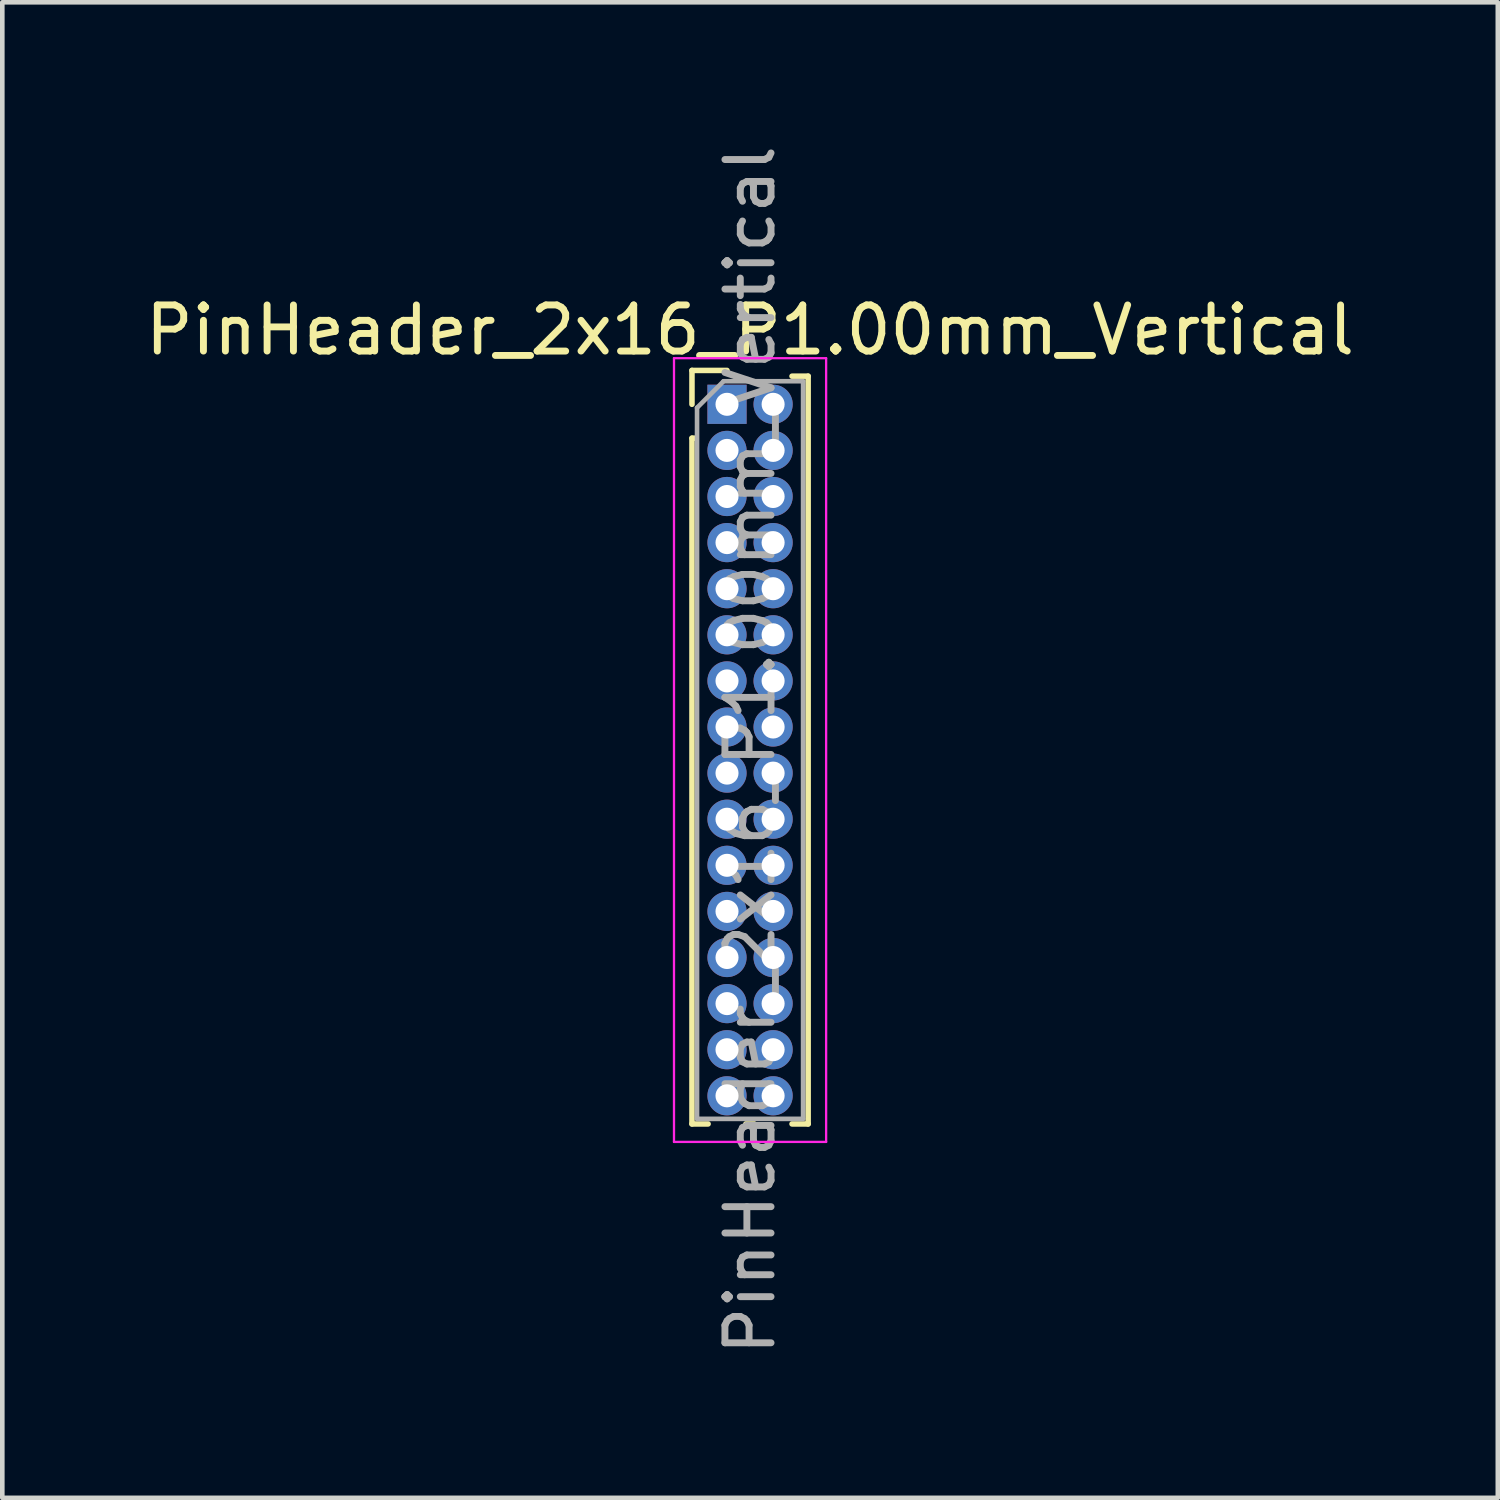
<source format=kicad_pcb>
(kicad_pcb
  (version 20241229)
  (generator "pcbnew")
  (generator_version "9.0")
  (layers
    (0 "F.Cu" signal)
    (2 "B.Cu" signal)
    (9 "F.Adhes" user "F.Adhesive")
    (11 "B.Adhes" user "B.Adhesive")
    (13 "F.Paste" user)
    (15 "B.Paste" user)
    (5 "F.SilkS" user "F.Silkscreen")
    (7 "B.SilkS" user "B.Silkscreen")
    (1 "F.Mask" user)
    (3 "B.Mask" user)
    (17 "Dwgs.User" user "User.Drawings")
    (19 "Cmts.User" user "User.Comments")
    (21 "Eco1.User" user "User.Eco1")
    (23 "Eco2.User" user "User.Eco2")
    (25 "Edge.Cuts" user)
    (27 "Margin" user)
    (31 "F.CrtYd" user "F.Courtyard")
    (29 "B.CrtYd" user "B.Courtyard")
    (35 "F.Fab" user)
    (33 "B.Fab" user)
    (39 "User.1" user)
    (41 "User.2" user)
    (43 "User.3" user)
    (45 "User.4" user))
  (footprint "PinHeader_2x16_P1.00mm_Vertical"
    (layer "F.Cu")
    (at 12.72 5.72)
    (property "Reference" "PinHeader_2x16_P1.00mm_Vertical" (at 0.5 -1.61 0) (layer "F.SilkS") (effects (font (size 1 1) (thickness 0.15))))
    (attr through_hole)
    (fp_line (start -0.76 -0.735) (end 0 -0.735) (stroke (width 0.12) (type solid)) (layer "F.SilkS"))
    (fp_line (start -0.76 0) (end -0.76 -0.735) (stroke (width 0.12) (type solid)) (layer "F.SilkS"))
    (fp_line (start -0.76 0.735) (end -0.76 15.61) (stroke (width 0.12) (type solid)) (layer "F.SilkS"))
    (fp_line (start -0.76 0.735) (end -0.686 0.735) (stroke (width 0.12) (type solid)) (layer "F.SilkS"))
    (fp_line (start -0.76 15.61) (end -0.41 15.61) (stroke (width 0.12) (type solid)) (layer "F.SilkS"))
    (fp_line (start 0.41 15.61) (end 0.59 15.61) (stroke (width 0.12) (type solid)) (layer "F.SilkS"))
    (fp_line (start 1.41 -0.61) (end 1.76 -0.61) (stroke (width 0.12) (type solid)) (layer "F.SilkS"))
    (fp_line (start 1.41 15.61) (end 1.76 15.61) (stroke (width 0.12) (type solid)) (layer "F.SilkS"))
    (fp_line (start 1.76 -0.61) (end 1.76 15.61) (stroke (width 0.12) (type solid)) (layer "F.SilkS"))
    (fp_line (start -1.15 -1) (end -1.15 16) (stroke (width 0.05) (type solid)) (layer "F.CrtYd"))
    (fp_line (start -1.15 16) (end 2.15 16) (stroke (width 0.05) (type solid)) (layer "F.CrtYd"))
    (fp_line (start 2.15 -1) (end -1.15 -1) (stroke (width 0.05) (type solid)) (layer "F.CrtYd"))
    (fp_line (start 2.15 16) (end 2.15 -1) (stroke (width 0.05) (type solid)) (layer "F.CrtYd"))
    (fp_line (start -0.65 0.075) (end -0.075 -0.5) (stroke (width 0.1) (type solid)) (layer "F.Fab"))
    (fp_line (start -0.65 15.5) (end -0.65 0.075) (stroke (width 0.1) (type solid)) (layer "F.Fab"))
    (fp_line (start -0.075 -0.5) (end 1.65 -0.5) (stroke (width 0.1) (type solid)) (layer "F.Fab"))
    (fp_line (start 1.65 -0.5) (end 1.65 15.5) (stroke (width 0.1) (type solid)) (layer "F.Fab"))
    (fp_line (start 1.65 15.5) (end -0.65 15.5) (stroke (width 0.1) (type solid)) (layer "F.Fab"))
    (fp_text user "${REFERENCE}" (at 0.5 7.5 90) (layer "F.Fab") (effects (font (size 1 1) (thickness 0.15))))
    (pad "1" thru_hole rect (at 0 0) (size 0.85 0.85) (drill 0.5) (layers "*.Cu" "*.Mask"))
    (pad "2" thru_hole circle (at 1 0) (size 0.85 0.85) (drill 0.5) (layers "*.Cu" "*.Mask"))
    (pad "3" thru_hole circle (at 0 1) (size 0.85 0.85) (drill 0.5) (layers "*.Cu" "*.Mask"))
    (pad "4" thru_hole circle (at 1 1) (size 0.85 0.85) (drill 0.5) (layers "*.Cu" "*.Mask"))
    (pad "5" thru_hole circle (at 0 2) (size 0.85 0.85) (drill 0.5) (layers "*.Cu" "*.Mask"))
    (pad "6" thru_hole circle (at 1 2) (size 0.85 0.85) (drill 0.5) (layers "*.Cu" "*.Mask"))
    (pad "7" thru_hole circle (at 0 3) (size 0.85 0.85) (drill 0.5) (layers "*.Cu" "*.Mask"))
    (pad "8" thru_hole circle (at 1 3) (size 0.85 0.85) (drill 0.5) (layers "*.Cu" "*.Mask"))
    (pad "9" thru_hole circle (at 0 4) (size 0.85 0.85) (drill 0.5) (layers "*.Cu" "*.Mask"))
    (pad "10" thru_hole circle (at 1 4) (size 0.85 0.85) (drill 0.5) (layers "*.Cu" "*.Mask"))
    (pad "11" thru_hole circle (at 0 5) (size 0.85 0.85) (drill 0.5) (layers "*.Cu" "*.Mask"))
    (pad "12" thru_hole circle (at 1 5) (size 0.85 0.85) (drill 0.5) (layers "*.Cu" "*.Mask"))
    (pad "13" thru_hole circle (at 0 6) (size 0.85 0.85) (drill 0.5) (layers "*.Cu" "*.Mask"))
    (pad "14" thru_hole circle (at 1 6) (size 0.85 0.85) (drill 0.5) (layers "*.Cu" "*.Mask"))
    (pad "15" thru_hole circle (at 0 7) (size 0.85 0.85) (drill 0.5) (layers "*.Cu" "*.Mask"))
    (pad "16" thru_hole circle (at 1 7) (size 0.85 0.85) (drill 0.5) (layers "*.Cu" "*.Mask"))
    (pad "17" thru_hole circle (at 0 8) (size 0.85 0.85) (drill 0.5) (layers "*.Cu" "*.Mask"))
    (pad "18" thru_hole circle (at 1 8) (size 0.85 0.85) (drill 0.5) (layers "*.Cu" "*.Mask"))
    (pad "19" thru_hole circle (at 0 9) (size 0.85 0.85) (drill 0.5) (layers "*.Cu" "*.Mask"))
    (pad "20" thru_hole circle (at 1 9) (size 0.85 0.85) (drill 0.5) (layers "*.Cu" "*.Mask"))
    (pad "21" thru_hole circle (at 0 10) (size 0.85 0.85) (drill 0.5) (layers "*.Cu" "*.Mask"))
    (pad "22" thru_hole circle (at 1 10) (size 0.85 0.85) (drill 0.5) (layers "*.Cu" "*.Mask"))
    (pad "23" thru_hole circle (at 0 11) (size 0.85 0.85) (drill 0.5) (layers "*.Cu" "*.Mask"))
    (pad "24" thru_hole circle (at 1 11) (size 0.85 0.85) (drill 0.5) (layers "*.Cu" "*.Mask"))
    (pad "25" thru_hole circle (at 0 12) (size 0.85 0.85) (drill 0.5) (layers "*.Cu" "*.Mask"))
    (pad "26" thru_hole circle (at 1 12) (size 0.85 0.85) (drill 0.5) (layers "*.Cu" "*.Mask"))
    (pad "27" thru_hole circle (at 0 13) (size 0.85 0.85) (drill 0.5) (layers "*.Cu" "*.Mask"))
    (pad "28" thru_hole circle (at 1 13) (size 0.85 0.85) (drill 0.5) (layers "*.Cu" "*.Mask"))
    (pad "29" thru_hole circle (at 0 14) (size 0.85 0.85) (drill 0.5) (layers "*.Cu" "*.Mask"))
    (pad "30" thru_hole circle (at 1 14) (size 0.85 0.85) (drill 0.5) (layers "*.Cu" "*.Mask"))
    (pad "31" thru_hole circle (at 0 15) (size 0.85 0.85) (drill 0.5) (layers "*.Cu" "*.Mask"))
    (pad "32" thru_hole circle (at 1 15) (size 0.85 0.85) (drill 0.5) (layers "*.Cu" "*.Mask")))
  (gr_rect
    (start -3 -3)
    (end 29.44 29.44)
    (stroke (width 0.1) (type default))
    (fill no)
    (layer "Edge.Cuts")))
</source>
